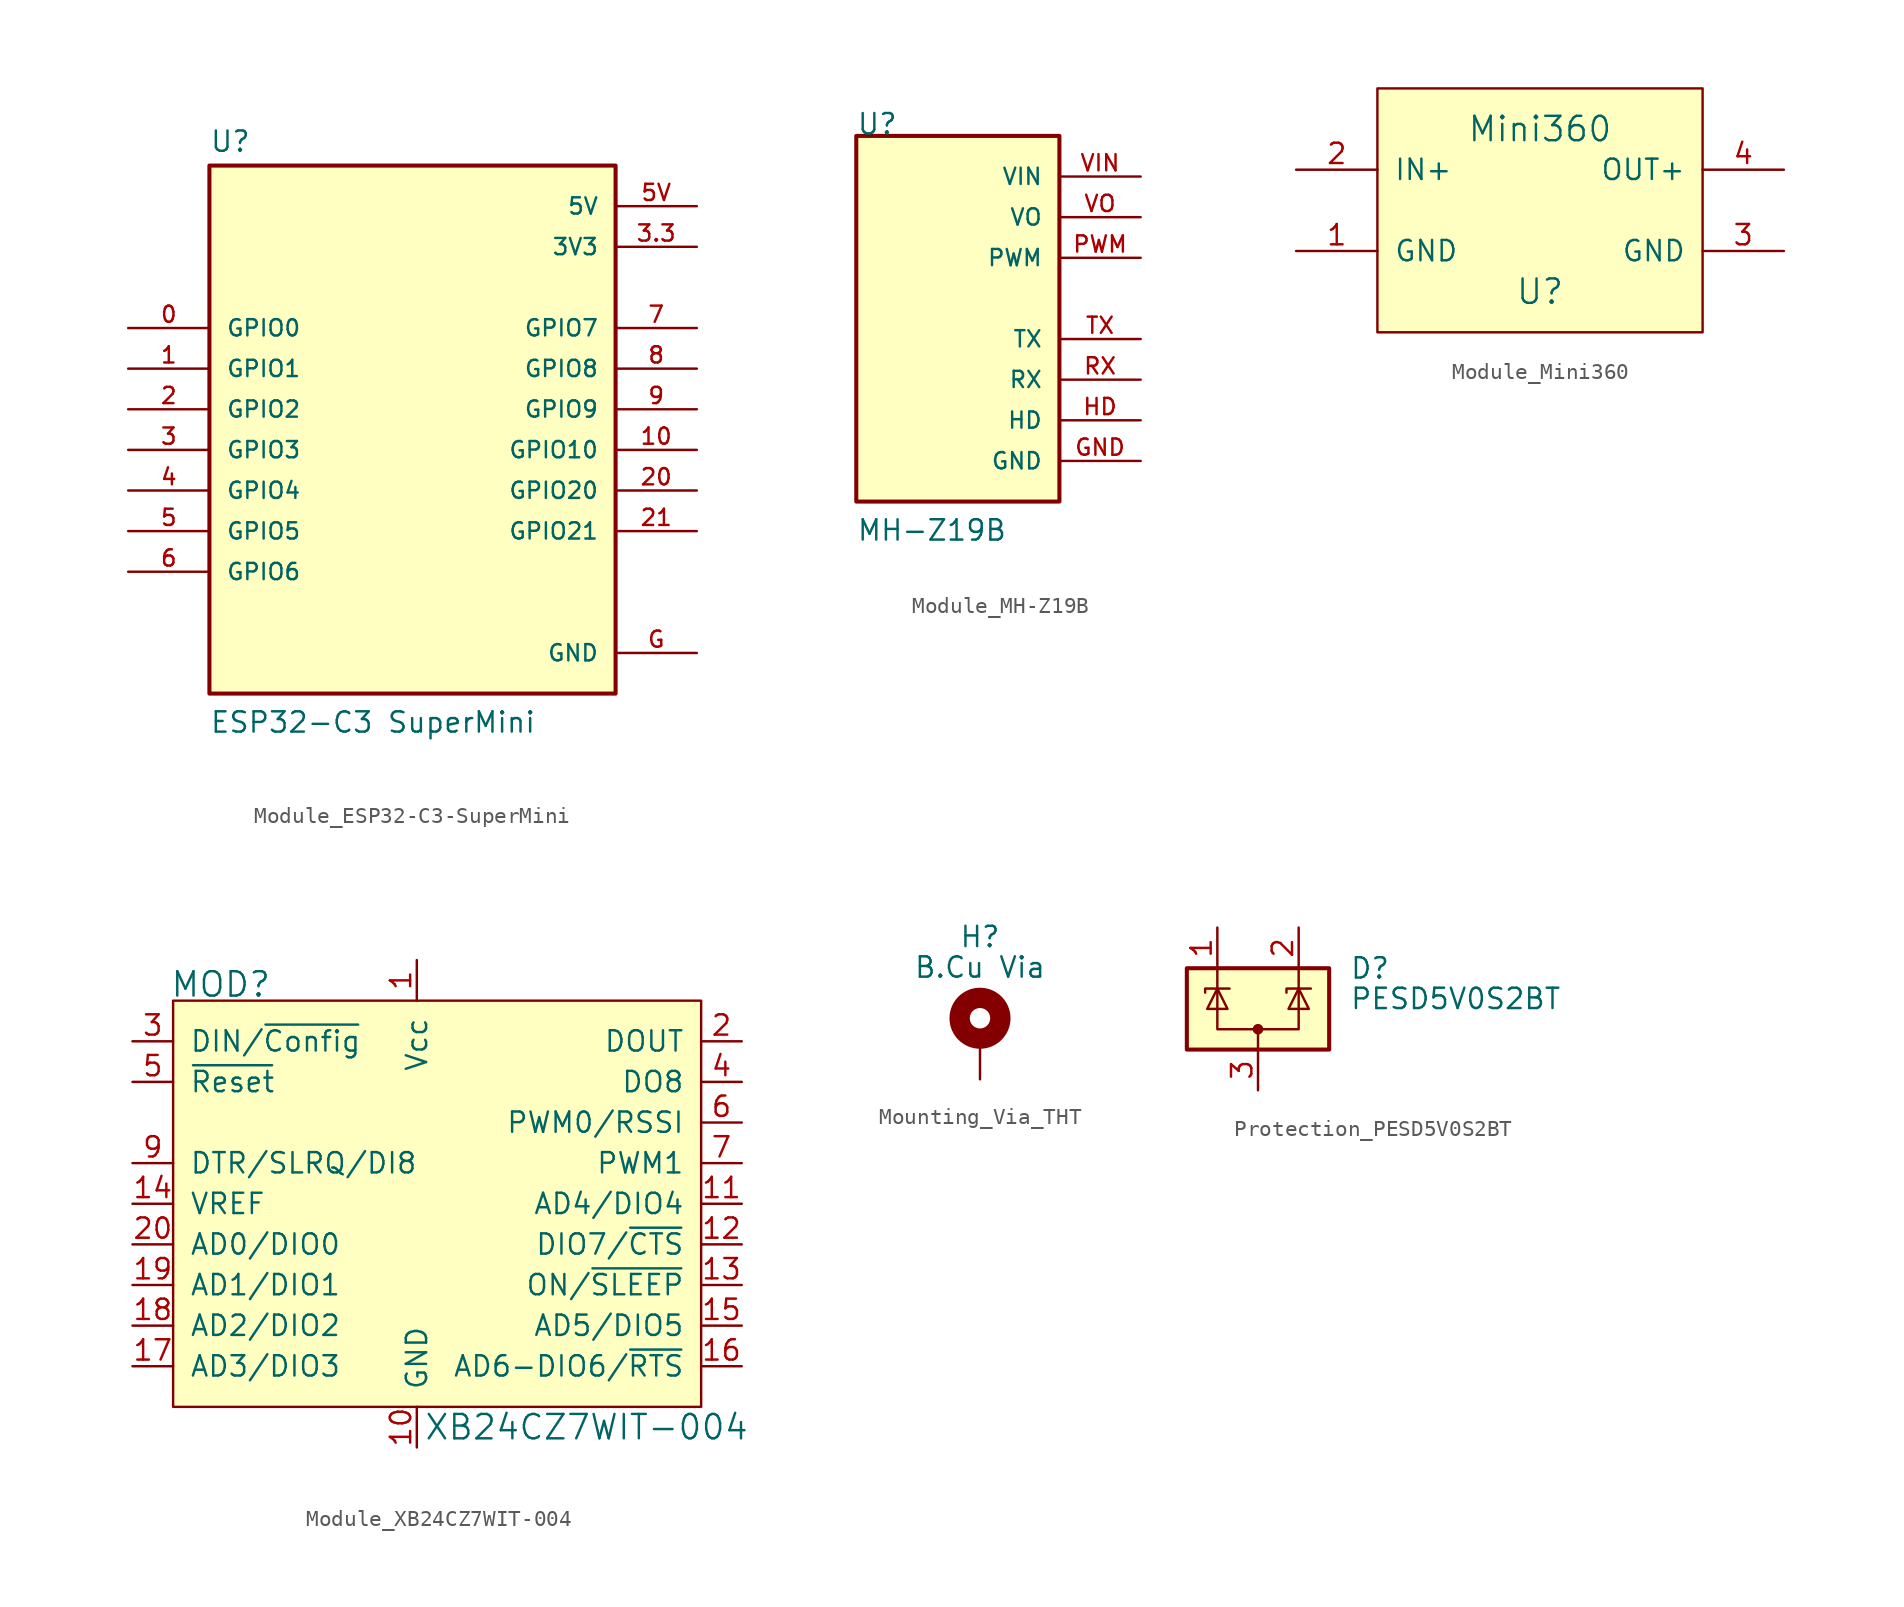
<source format=kicad_sym>
(kicad_symbol_lib
  (version 20241209)
  (generator "kicad_symbol_editor")
  (generator_version "9.0")
  (symbol "Module_ESP32-C3-SuperMini"
    (pin_names
      (offset 1.016))
    (property "Reference" "U"
      (at -12.7 16.002 0)
      (effects (font (size 1.27 1.27)) (justify left bottom)))
    (property "Value" "ESP32-C3 SuperMini"
      (at -12.7 -20.32 0)
      (effects (font (size 1.27 1.27)) (justify left bottom)))
    (symbol "Module_ESP32-C3-SuperMini_0_0"
      (rectangle (start -12.7 -17.78) (end 12.7 15.24) (stroke (width 0.254) (type default)) (fill (type background)))
      (pin bidirectional line (at -17.78 5.08 0) (length 5.08) (name "GPIO0" (effects (font (size 1.016 1.016)))) (number "0" (effects (font (size 1.016 1.016)))))
      (pin bidirectional line (at -17.78 2.54 0) (length 5.08) (name "GPIO1" (effects (font (size 1.016 1.016)))) (number "1" (effects (font (size 1.016 1.016)))))
      (pin bidirectional line (at -17.78 0 0) (length 5.08) (name "GPIO2" (effects (font (size 1.016 1.016)))) (number "2" (effects (font (size 1.016 1.016)))))
      (pin bidirectional line (at -17.78 -2.54 0) (length 5.08) (name "GPIO3" (effects (font (size 1.016 1.016)))) (number "3" (effects (font (size 1.016 1.016)))))
      (pin bidirectional line (at -17.78 -5.08 0) (length 5.08) (name "GPIO4" (effects (font (size 1.016 1.016)))) (number "4" (effects (font (size 1.016 1.016)))))
      (pin bidirectional line (at -17.78 -7.62 0) (length 5.08) (name "GPIO5" (effects (font (size 1.016 1.016)))) (number "5" (effects (font (size 1.016 1.016)))))
      (pin bidirectional line (at -17.78 -10.16 0) (length 5.08) (name "GPIO6" (effects (font (size 1.016 1.016)))) (number "6" (effects (font (size 1.016 1.016)))))
      (pin power_in line (at 17.78 12.7 180) (length 5.08) (name "5V" (effects (font (size 1.016 1.016)))) (number "5V" (effects (font (size 1.016 1.016)))))
      (pin power_in line (at 17.78 10.16 180) (length 5.08) (name "3V3" (effects (font (size 1.016 1.016)))) (number "3.3" (effects (font (size 1.016 1.016)))))
      (pin bidirectional line (at 17.78 5.08 180) (length 5.08) (name "GPIO7" (effects (font (size 1.016 1.016)))) (number "7" (effects (font (size 1.016 1.016)))))
      (pin bidirectional line (at 17.78 2.54 180) (length 5.08) (name "GPIO8" (effects (font (size 1.016 1.016)))) (number "8" (effects (font (size 1.016 1.016)))))
      (pin bidirectional line (at 17.78 0 180) (length 5.08) (name "GPIO9" (effects (font (size 1.016 1.016)))) (number "9" (effects (font (size 1.016 1.016)))))
      (pin bidirectional line (at 17.78 -2.54 180) (length 5.08) (name "GPIO10" (effects (font (size 1.016 1.016)))) (number "10" (effects (font (size 1.016 1.016)))))
      (pin bidirectional line (at 17.78 -5.08 180) (length 5.08) (name "GPIO20" (effects (font (size 1.016 1.016)))) (number "20" (effects (font (size 1.016 1.016)))))
      (pin bidirectional line (at 17.78 -7.62 180) (length 5.08) (name "GPIO21" (effects (font (size 1.016 1.016)))) (number "21" (effects (font (size 1.016 1.016)))))
      (pin power_in line (at 17.78 -15.24 180) (length 5.08) (name "GND" (effects (font (size 1.016 1.016)))) (number "G" (effects (font (size 1.016 1.016)))))))
  (symbol "Module_MH-Z19B"
    (pin_names
      (offset 1.016))
    (property "Reference" "U"
      (at -17.78 2.54 0)
      (effects (font (size 1.27 1.27)) (justify left bottom)))
    (property "Value" "MH-Z19B"
      (at -17.78 -22.86 0)
      (effects (font (size 1.27 1.27)) (justify left bottom)))
    (symbol "Module_MH-Z19B_0_0"
      (rectangle (start -17.78 2.54) (end -5.08 -20.32) (stroke (width 0.254) (type default)) (fill (type background)))
      (pin power_in line (at 0 0 180) (length 5.08) (name "VIN" (effects (font (size 1.016 1.016)))) (number "VIN" (effects (font (size 1.016 1.016)))))
      (pin output line (at 0 -2.54 180) (length 5.08) (name "VO" (effects (font (size 1.016 1.016)))) (number "VO" (effects (font (size 1.016 1.016)))))
      (pin output line (at 0 -5.08 180) (length 5.08) (name "PWM" (effects (font (size 1.016 1.016)))) (number "PWM" (effects (font (size 1.016 1.016)))))
      (pin output line (at 0 -10.16 180) (length 5.08) (name "TX" (effects (font (size 1.016 1.016)))) (number "TX" (effects (font (size 1.016 1.016)))))
      (pin input line (at 0 -12.7 180) (length 5.08) (name "RX" (effects (font (size 1.016 1.016)))) (number "RX" (effects (font (size 1.016 1.016)))))
      (pin input line (at 0 -15.24 180) (length 5.08) (name "HD" (effects (font (size 1.016 1.016)))) (number "HD" (effects (font (size 1.016 1.016)))))
      (pin power_in line (at 0 -17.78 180) (length 5.08) (name "GND" (effects (font (size 1.016 1.016)))) (number "GND" (effects (font (size 1.016 1.016)))))))
  (symbol "Module_Mini360"
    (pin_names
      (offset 1.016))
    (property "Reference" "U"
      (at 0 -5.08 0)
      (effects (font (size 1.524 1.524))))
    (property "Value" "Mini360"
      (at 0 5.08 0)
      (effects (font (size 1.524 1.524))))
    (symbol "Module_Mini360_0_1"
      (rectangle (start -10.16 7.62) (end 10.16 -7.62) (stroke (width 0) (type solid)) (fill (type background))))
    (symbol "Module_Mini360_1_1"
      (pin power_in line (at -15.24 2.54 0) (length 5.08) (name "IN+" (effects (font (size 1.27 1.27)))) (number "2" (effects (font (size 1.27 1.27)))))
      (pin power_in line (at -15.24 -2.54 0) (length 5.08) (name "GND" (effects (font (size 1.27 1.27)))) (number "1" (effects (font (size 1.27 1.27)))))
      (pin power_out line (at 15.24 2.54 180) (length 5.08) (name "OUT+" (effects (font (size 1.27 1.27)))) (number "4" (effects (font (size 1.27 1.27)))))
      (pin power_out line (at 15.24 -2.54 180) (length 5.08) (name "GND" (effects (font (size 1.27 1.27)))) (number "3" (effects (font (size 1.27 1.27)))))))
  (symbol "Module_XB24CZ7WIT-004"
    (pin_names
      (offset 1.016))
    (property "Reference" "MOD"
      (at -15.443 13.716 0)
      (effects (font (size 1.524 1.524)) (justify left)))
    (property "Value" "XB24CZ7WIT-004"
      (at 0.432 -13.97 0)
      (effects (font (size 1.524 1.524)) (justify left)))
    (symbol "Module_XB24CZ7WIT-004_0_1"
      (rectangle (start -15.24 12.7) (end 17.78 -12.7) (stroke (width 0) (type solid)) (fill (type background))))
    (symbol "Module_XB24CZ7WIT-004_1_1"
      (pin input line (at -17.78 10.16 0) (length 2.54) (name "DIN/~{Config}" (effects (font (size 1.27 1.27)))) (number "3" (effects (font (size 1.27 1.27)))))
      (pin input line (at -17.78 7.62 0) (length 2.54) (name "~{Reset}" (effects (font (size 1.27 1.27)))) (number "5" (effects (font (size 1.27 1.27)))))
      (pin input line (at -17.78 2.54 0) (length 2.54) (name "DTR/SLRQ/DI8" (effects (font (size 1.27 1.27)))) (number "9" (effects (font (size 1.27 1.27)))))
      (pin input line (at -17.78 0 0) (length 2.54) (name "VREF" (effects (font (size 1.27 1.27)))) (number "14" (effects (font (size 1.27 1.27)))))
      (pin bidirectional line (at -17.78 -2.54 0) (length 2.54) (name "AD0/DIO0" (effects (font (size 1.27 1.27)))) (number "20" (effects (font (size 1.27 1.27)))))
      (pin bidirectional line (at -17.78 -5.08 0) (length 2.54) (name "AD1/DIO1" (effects (font (size 1.27 1.27)))) (number "19" (effects (font (size 1.27 1.27)))))
      (pin bidirectional line (at -17.78 -7.62 0) (length 2.54) (name "AD2/DIO2" (effects (font (size 1.27 1.27)))) (number "18" (effects (font (size 1.27 1.27)))))
      (pin bidirectional line (at -17.78 -10.16 0) (length 2.54) (name "AD3/DIO3" (effects (font (size 1.27 1.27)))) (number "17" (effects (font (size 1.27 1.27)))))
      (pin no_connect line (at -15.24 5.08 0) (length 2.54) (hide yes) (name "Reserved" (effects (font (size 1.27 1.27)))) (number "8" (effects (font (size 1.27 1.27)))))
      (pin power_in line (at 0 15.24 270) (length 2.54) (name "Vcc" (effects (font (size 1.27 1.27)))) (number "1" (effects (font (size 1.27 1.27)))))
      (pin power_in line (at 0 -15.24 90) (length 2.54) (name "GND" (effects (font (size 1.27 1.27)))) (number "10" (effects (font (size 1.27 1.27)))))
      (pin output line (at 20.32 10.16 180) (length 2.54) (name "DOUT" (effects (font (size 1.27 1.27)))) (number "2" (effects (font (size 1.27 1.27)))))
      (pin output line (at 20.32 7.62 180) (length 2.54) (name "DO8" (effects (font (size 1.27 1.27)))) (number "4" (effects (font (size 1.27 1.27)))))
      (pin output line (at 20.32 5.08 180) (length 2.54) (name "PWM0/RSSI" (effects (font (size 1.27 1.27)))) (number "6" (effects (font (size 1.27 1.27)))))
      (pin output line (at 20.32 2.54 180) (length 2.54) (name "PWM1" (effects (font (size 1.27 1.27)))) (number "7" (effects (font (size 1.27 1.27)))))
      (pin bidirectional line (at 20.32 0 180) (length 2.54) (name "AD4/DIO4" (effects (font (size 1.27 1.27)))) (number "11" (effects (font (size 1.27 1.27)))))
      (pin bidirectional line (at 20.32 -2.54 180) (length 2.54) (name "DIO7/~{CTS}" (effects (font (size 1.27 1.27)))) (number "12" (effects (font (size 1.27 1.27)))))
      (pin output line (at 20.32 -5.08 180) (length 2.54) (name "ON/~{SLEEP}" (effects (font (size 1.27 1.27)))) (number "13" (effects (font (size 1.27 1.27)))))
      (pin bidirectional line (at 20.32 -7.62 180) (length 2.54) (name "AD5/DIO5" (effects (font (size 1.27 1.27)))) (number "15" (effects (font (size 1.27 1.27)))))
      (pin bidirectional line (at 20.32 -10.16 180) (length 2.54) (name "AD6-DIO6/~{RTS}" (effects (font (size 1.27 1.27)))) (number "16" (effects (font (size 1.27 1.27)))))))
  (symbol "Mounting_Via_THT"
    (pin_numbers
      (hide yes))
    (pin_names
      (offset 1.016)
      (hide yes))
    (property "Reference" "H"
      (at 0 6.35 0)
      (effects (font (size 1.27 1.27))))
    (property "Value" "B.Cu Via"
      (at 0 4.445 0)
      (effects (font (size 1.27 1.27))))
    (symbol "Mounting_Via_THT_0_1"
      (circle (center 0 1.27) (radius 1.27) (stroke (width 1.27) (type default)) (fill (type none))))
    (symbol "Mounting_Via_THT_1_1"
      (pin input line (at 0 -2.54 90) (length 2.54) (name "1" (effects (font (size 1.27 1.27)))) (number "1" (effects (font (size 1.27 1.27)))))))
  (symbol "Protection_PESD5V0S2BT"
    (pin_names
      (hide yes))
    (property "Reference" "D"
      (at 5.715 2.54 0)
      (effects (font (size 1.27 1.27)) (justify left)))
    (property "Value" "PESD5V0S2BT"
      (at 5.715 0.635 0)
      (effects (font (size 1.27 1.27)) (justify left)))
    (symbol "Protection_PESD5V0S2BT_0_0"
      (pin passive line (at 0 -5.08 90) (length 2.54) (name "A" (effects (font (size 1.27 1.27)))) (number "3" (effects (font (size 1.27 1.27))))))
    (symbol "Protection_PESD5V0S2BT_0_1"
      (rectangle (start -4.445 2.54) (end 4.445 -2.54) (stroke (width 0.254) (type default)) (fill (type background)))
      (polyline (pts (xy -3.302 1.016) (xy -3.302 1.27) (xy -1.905 1.27) (xy -1.778 1.27)) (stroke (width 0) (type default)) (fill (type none)))
      (polyline (pts (xy -2.54 2.54) (xy -2.54 1.27)) (stroke (width 0) (type default)) (fill (type none)))
      (polyline (pts (xy -2.54 1.27) (xy -2.54 -1.27) (xy 2.54 -1.27) (xy 2.54 1.27)) (stroke (width 0) (type default)) (fill (type none)))
      (polyline (pts (xy -2.54 1.27) (xy -1.905 0) (xy -3.175 0) (xy -2.54 1.27)) (stroke (width 0) (type default)) (fill (type none)))
      (polyline (pts (xy 0 -1.27) (xy 0 -2.54)) (stroke (width 0) (type default)) (fill (type none)))
      (circle (center 0 -1.27) (radius 0.254) (stroke (width 0) (type default)) (fill (type outline)))
      (polyline (pts (xy 1.778 1.016) (xy 1.778 1.27) (xy 3.175 1.27) (xy 3.302 1.27)) (stroke (width 0) (type default)) (fill (type none)))
      (polyline (pts (xy 2.54 2.54) (xy 2.54 1.27)) (stroke (width 0) (type default)) (fill (type none)))
      (polyline (pts (xy 2.54 1.27) (xy 1.905 0) (xy 3.175 0) (xy 2.54 1.27)) (stroke (width 0) (type default)) (fill (type none))))
    (symbol "Protection_PESD5V0S2BT_1_1"
      (pin passive line (at -2.54 5.08 270) (length 2.54) (name "K" (effects (font (size 1.27 1.27)))) (number "1" (effects (font (size 1.27 1.27)))))
      (pin passive line (at 2.54 5.08 270) (length 2.54) (name "K" (effects (font (size 1.27 1.27)))) (number "2" (effects (font (size 1.27 1.27))))))))
</source>
